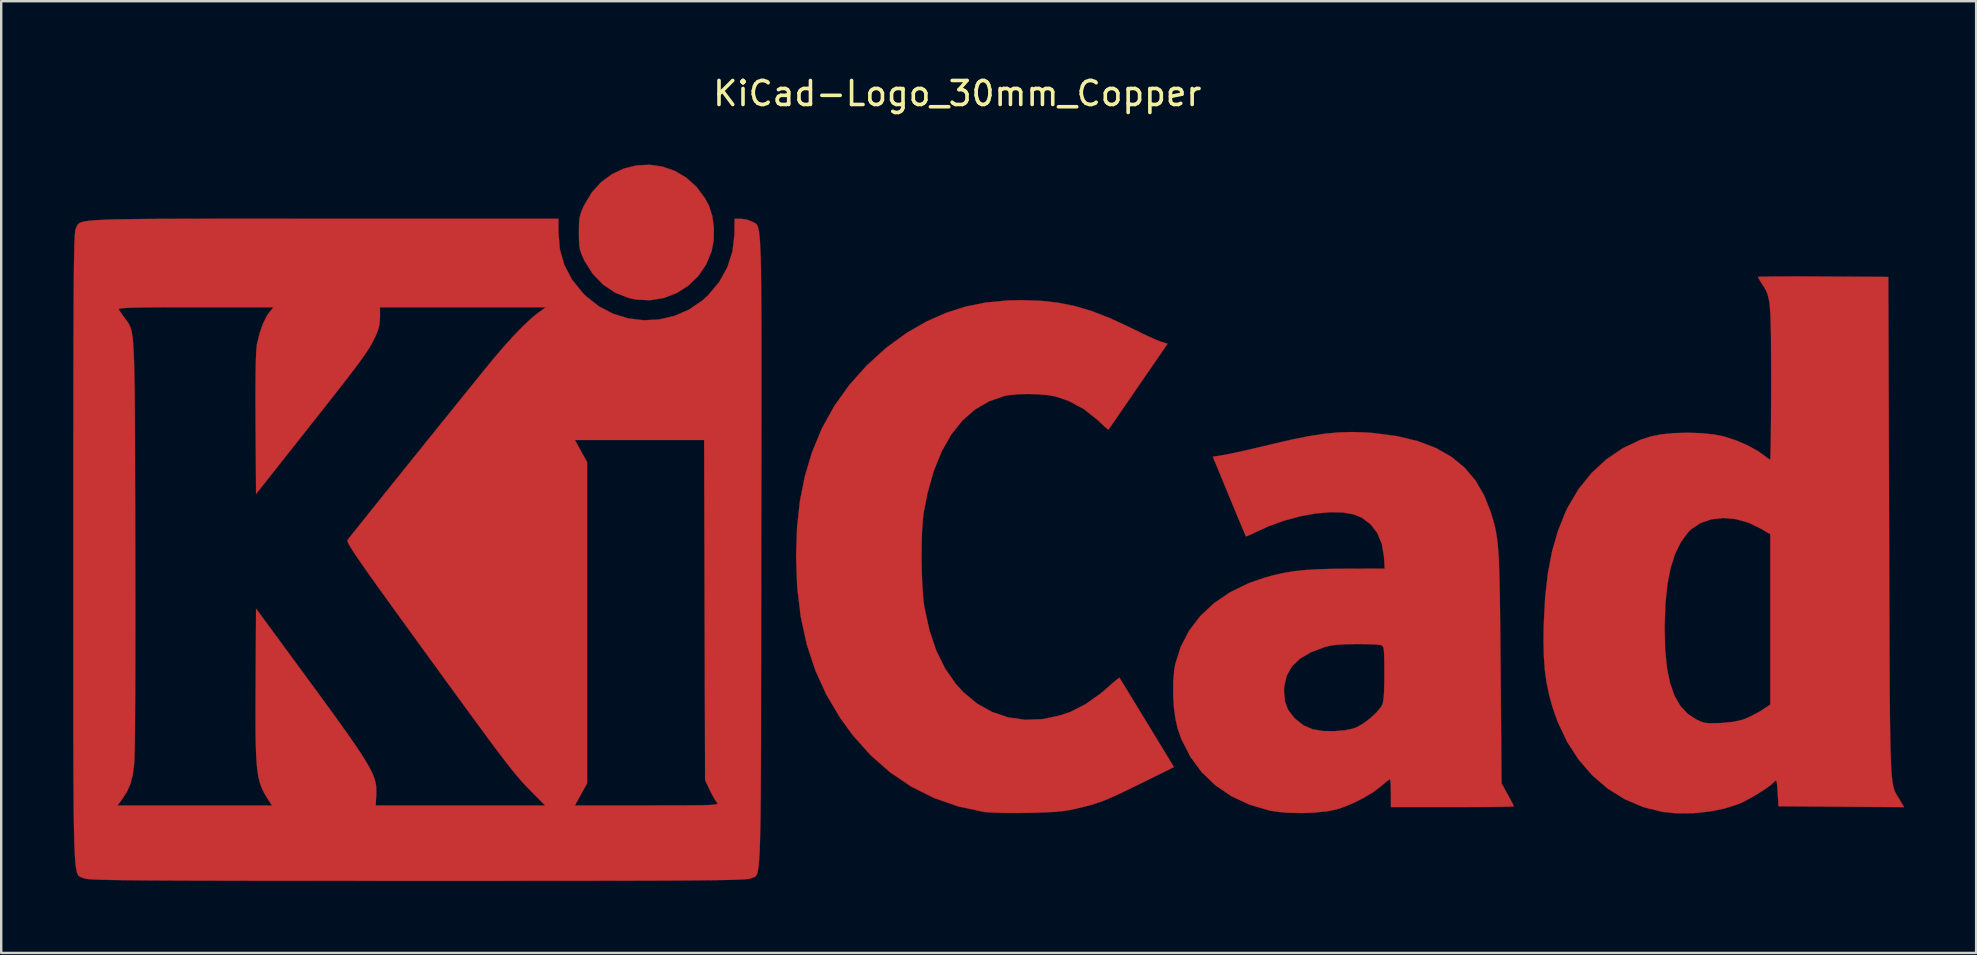
<source format=kicad_pcb>
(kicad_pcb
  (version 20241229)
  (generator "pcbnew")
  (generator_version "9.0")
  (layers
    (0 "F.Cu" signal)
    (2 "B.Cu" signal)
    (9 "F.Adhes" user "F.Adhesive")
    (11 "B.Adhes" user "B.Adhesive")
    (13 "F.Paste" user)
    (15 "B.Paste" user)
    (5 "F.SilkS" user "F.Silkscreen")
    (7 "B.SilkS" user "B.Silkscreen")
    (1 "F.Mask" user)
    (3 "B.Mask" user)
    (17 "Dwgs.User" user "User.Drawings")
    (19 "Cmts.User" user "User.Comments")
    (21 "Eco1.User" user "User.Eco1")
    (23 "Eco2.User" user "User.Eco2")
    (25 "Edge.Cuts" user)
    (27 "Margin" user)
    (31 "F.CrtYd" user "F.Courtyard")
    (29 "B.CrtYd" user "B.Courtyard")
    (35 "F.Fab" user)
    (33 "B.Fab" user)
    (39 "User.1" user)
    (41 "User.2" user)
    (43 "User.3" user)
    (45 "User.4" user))
  (footprint "KiCad-Logo_30mm_Copper"
    (layer "F.Cu")
    (at 38.106 18.628)
    (property "Reference" "KiCad-Logo_30mm_Copper" (at -1.27 -17.78 0) (layer "F.SilkS") (effects (font (size 1 1) (thickness 0.15))))
    (attr exclude_from_pos_files exclude_from_bom allow_missing_courtyard)
    (fp_poly (pts (xy -13.557 -14.738) (xy -13.044 -14.56) (xy -12.567 -14.28) (xy -12.141 -13.898) (xy -11.781 -13.415) (xy -11.619 -13.11) (xy -11.48 -12.683) (xy -11.412 -12.191) (xy -11.419 -11.684) (xy -11.503 -11.226) (xy -11.73 -10.665) (xy -12.061 -10.179) (xy -12.477 -9.777) (xy -12.961 -9.468) (xy -13.499 -9.262) (xy -14.071 -9.168) (xy -14.662 -9.197) (xy -14.953 -9.259) (xy -15.521 -9.48) (xy -16.025 -9.817) (xy -16.454 -10.26) (xy -16.795 -10.798) (xy -16.823 -10.856) (xy -16.923 -11.077) (xy -16.986 -11.263) (xy -17.02 -11.459) (xy -17.033 -11.71) (xy -17.036 -11.983) (xy -17.032 -12.311) (xy -17.015 -12.549) (xy -16.976 -12.741) (xy -16.906 -12.933) (xy -16.82 -13.122) (xy -16.498 -13.66) (xy -16.103 -14.095) (xy -15.648 -14.428) (xy -15.151 -14.659) (xy -14.626 -14.787) (xy -14.09 -14.814) (xy -13.557 -14.738)) (stroke (width 0.01) (type solid)) (fill yes) (layer "F.Cu"))
    (fp_poly (pts (xy 2.188 -9.148) (xy 2.924 -9.067) (xy 3.638 -8.923) (xy 4.357 -8.708) (xy 5.111 -8.414) (xy 5.93 -8.033) (xy 6.078 -7.959) (xy 6.416 -7.793) (xy 6.735 -7.643) (xy 7.003 -7.524) (xy 7.189 -7.45) (xy 7.218 -7.44) (xy 7.492 -7.358) (xy 6.265 -5.574) (xy 5.966 -5.138) (xy 5.691 -4.739) (xy 5.452 -4.392) (xy 5.257 -4.11) (xy 5.116 -3.905) (xy 5.038 -3.793) (xy 5.026 -3.775) (xy 4.974 -3.812) (xy 4.847 -3.924) (xy 4.668 -4.091) (xy 4.569 -4.185) (xy 4.007 -4.631) (xy 3.377 -4.97) (xy 2.834 -5.156) (xy 2.508 -5.215) (xy 2.099 -5.25) (xy 1.657 -5.262) (xy 1.228 -5.25) (xy 0.861 -5.213) (xy 0.715 -5.185) (xy 0.055 -4.958) (xy -0.539 -4.612) (xy -1.068 -4.146) (xy -1.53 -3.563) (xy -1.927 -2.861) (xy -2.256 -2.043) (xy -2.517 -1.108) (xy -2.673 -0.307) (xy -2.713 0.046) (xy -2.741 0.503) (xy -2.756 1.029) (xy -2.759 1.594) (xy -2.749 2.163) (xy -2.728 2.703) (xy -2.695 3.184) (xy -2.65 3.57) (xy -2.641 3.629) (xy -2.429 4.59) (xy -2.141 5.439) (xy -1.775 6.183) (xy -1.328 6.823) (xy -1.011 7.169) (xy -0.441 7.64) (xy 0.184 7.988) (xy 0.853 8.213) (xy 1.557 8.312) (xy 2.284 8.285) (xy 3.023 8.128) (xy 3.461 7.974) (xy 4.066 7.666) (xy 4.69 7.225) (xy 5.04 6.926) (xy 5.236 6.753) (xy 5.39 6.626) (xy 5.478 6.565) (xy 5.489 6.563) (xy 5.528 6.626) (xy 5.629 6.791) (xy 5.784 7.044) (xy 5.985 7.372) (xy 6.221 7.76) (xy 6.485 8.193) (xy 6.633 8.435) (xy 7.756 10.281) (xy 6.353 10.974) (xy 5.846 11.223) (xy 5.435 11.419) (xy 5.095 11.573) (xy 4.802 11.693) (xy 4.529 11.79) (xy 4.252 11.873) (xy 3.946 11.953) (xy 3.653 12.022) (xy 3.392 12.076) (xy 3.12 12.117) (xy 2.808 12.147) (xy 2.429 12.168) (xy 1.957 12.183) (xy 1.639 12.189) (xy 1.185 12.194) (xy 0.749 12.192) (xy 0.361 12.183) (xy 0.049 12.17) (xy -0.157 12.152) (xy -0.169 12.15) (xy -1.242 11.918) (xy -2.249 11.566) (xy -3.19 11.095) (xy -4.066 10.504) (xy -4.875 9.794) (xy -5.617 8.965) (xy -6.154 8.228) (xy -6.726 7.263) (xy -7.189 6.245) (xy -7.544 5.164) (xy -7.794 4.013) (xy -7.941 2.783) (xy -7.987 1.534) (xy -7.949 0.327) (xy -7.83 -0.788) (xy -7.625 -1.828) (xy -7.33 -2.812) (xy -6.943 -3.759) (xy -6.897 -3.857) (xy -6.387 -4.774) (xy -5.761 -5.647) (xy -5.037 -6.457) (xy -4.232 -7.187) (xy -3.364 -7.818) (xy -2.555 -8.281) (xy -1.738 -8.643) (xy -0.919 -8.906) (xy -0.066 -9.076) (xy 0.851 -9.16) (xy 1.4 -9.173) (xy 2.188 -9.148)) (stroke (width 0.01) (type solid)) (fill yes) (layer "F.Cu"))
    (fp_poly (pts (xy 34.027 -10.161) (xy 34.608 -10.159) (xy 34.806 -10.157) (xy 37.52 -10.14) (xy 37.554 0.273) (xy 37.558 1.685) (xy 37.562 2.967) (xy 37.566 4.126) (xy 37.57 5.168) (xy 37.574 6.1) (xy 37.578 6.929) (xy 37.584 7.661) (xy 37.59 8.303) (xy 37.598 8.861) (xy 37.607 9.342) (xy 37.618 9.753) (xy 37.631 10.101) (xy 37.646 10.392) (xy 37.664 10.632) (xy 37.685 10.828) (xy 37.709 10.988) (xy 37.736 11.117) (xy 37.766 11.222) (xy 37.801 11.31) (xy 37.84 11.388) (xy 37.883 11.462) (xy 37.931 11.538) (xy 37.983 11.624) (xy 37.994 11.642) (xy 38.175 11.951) (xy 35.56 11.933) (xy 32.945 11.915) (xy 32.911 11.34) (xy 32.892 11.065) (xy 32.873 10.905) (xy 32.847 10.842) (xy 32.807 10.855) (xy 32.774 10.891) (xy 32.63 11.024) (xy 32.396 11.195) (xy 32.105 11.383) (xy 31.788 11.568) (xy 31.481 11.73) (xy 31.244 11.836) (xy 30.691 12.011) (xy 30.056 12.136) (xy 29.386 12.204) (xy 28.728 12.211) (xy 28.129 12.154) (xy 28.12 12.152) (xy 27.301 11.947) (xy 26.534 11.619) (xy 25.827 11.177) (xy 25.187 10.627) (xy 24.622 9.976) (xy 24.139 9.231) (xy 23.745 8.4) (xy 23.53 7.784) (xy 23.388 7.269) (xy 23.284 6.77) (xy 23.212 6.257) (xy 23.171 5.699) (xy 23.156 5.068) (xy 23.162 4.552) (xy 28.201 4.552) (xy 28.225 5.417) (xy 28.3 6.161) (xy 28.429 6.791) (xy 28.614 7.314) (xy 28.857 7.735) (xy 29.161 8.062) (xy 29.511 8.293) (xy 29.694 8.38) (xy 29.852 8.432) (xy 30.029 8.455) (xy 30.266 8.457) (xy 30.521 8.448) (xy 31.023 8.404) (xy 31.42 8.317) (xy 31.545 8.274) (xy 31.83 8.145) (xy 32.131 7.984) (xy 32.262 7.903) (xy 32.603 7.68) (xy 32.603 0.582) (xy 32.228 0.357) (xy 31.704 0.102) (xy 31.169 -0.048) (xy 30.642 -0.096) (xy 30.143 -0.041) (xy 29.691 0.115) (xy 29.307 0.372) (xy 29.182 0.495) (xy 28.883 0.898) (xy 28.641 1.386) (xy 28.454 1.968) (xy 28.319 2.651) (xy 28.236 3.444) (xy 28.202 4.355) (xy 28.201 4.552) (xy 23.162 4.552) (xy 23.165 4.337) (xy 23.223 3.213) (xy 23.338 2.199) (xy 23.515 1.281) (xy 23.757 0.443) (xy 24.065 -0.329) (xy 24.175 -0.558) (xy 24.619 -1.304) (xy 25.155 -1.967) (xy 25.771 -2.537) (xy 26.454 -3.002) (xy 27.191 -3.352) (xy 27.634 -3.496) (xy 28.068 -3.581) (xy 28.591 -3.632) (xy 29.158 -3.649) (xy 29.725 -3.63) (xy 30.25 -3.577) (xy 30.671 -3.494) (xy 31.172 -3.331) (xy 31.658 -3.122) (xy 32.083 -2.887) (xy 32.309 -2.727) (xy 32.465 -2.609) (xy 32.575 -2.537) (xy 32.599 -2.526) (xy 32.607 -2.592) (xy 32.614 -2.782) (xy 32.621 -3.081) (xy 32.627 -3.476) (xy 32.631 -3.955) (xy 32.635 -4.504) (xy 32.637 -5.108) (xy 32.638 -5.725) (xy 32.637 -6.514) (xy 32.635 -7.179) (xy 32.631 -7.733) (xy 32.622 -8.189) (xy 32.609 -8.559) (xy 32.589 -8.857) (xy 32.562 -9.094) (xy 32.526 -9.283) (xy 32.481 -9.438) (xy 32.426 -9.571) (xy 32.358 -9.695) (xy 32.277 -9.822) (xy 32.267 -9.837) (xy 32.163 -10.002) (xy 32.1 -10.115) (xy 32.091 -10.139) (xy 32.157 -10.146) (xy 32.345 -10.152) (xy 32.641 -10.157) (xy 33.029 -10.16) (xy 33.496 -10.161) (xy 34.027 -10.161)) (stroke (width 0.01) (type solid)) (fill yes) (layer "F.Cu"))
    (fp_poly (pts (xy 15.752 -3.659) (xy 16.091 -3.633) (xy 17.059 -3.505) (xy 17.916 -3.299) (xy 18.666 -3.014) (xy 19.315 -2.647) (xy 19.865 -2.195) (xy 20.321 -1.655) (xy 20.687 -1.024) (xy 20.954 -0.341) (xy 21.022 -0.124) (xy 21.081 0.08) (xy 21.132 0.281) (xy 21.176 0.49) (xy 21.213 0.719) (xy 21.244 0.977) (xy 21.27 1.277) (xy 21.291 1.628) (xy 21.308 2.042) (xy 21.322 2.531) (xy 21.334 3.104) (xy 21.343 3.774) (xy 21.352 4.55) (xy 21.36 5.444) (xy 21.366 6.145) (xy 21.406 10.959) (xy 21.662 11.422) (xy 21.783 11.645) (xy 21.873 11.819) (xy 21.916 11.911) (xy 21.918 11.917) (xy 21.852 11.924) (xy 21.665 11.931) (xy 21.37 11.937) (xy 20.985 11.942) (xy 20.522 11.945) (xy 19.997 11.948) (xy 19.425 11.949) (xy 19.357 11.949) (xy 16.797 11.949) (xy 16.797 11.369) (xy 16.792 11.106) (xy 16.781 10.906) (xy 16.764 10.798) (xy 16.757 10.788) (xy 16.689 10.83) (xy 16.549 10.939) (xy 16.368 11.093) (xy 16.364 11.097) (xy 16.033 11.343) (xy 15.615 11.59) (xy 15.158 11.814) (xy 14.708 11.991) (xy 14.509 12.051) (xy 14.115 12.128) (xy 13.631 12.177) (xy 13.102 12.197) (xy 12.572 12.188) (xy 12.085 12.15) (xy 11.744 12.095) (xy 10.909 11.849) (xy 10.157 11.5) (xy 9.493 11.05) (xy 8.922 10.505) (xy 8.449 9.868) (xy 8.079 9.145) (xy 7.92 8.706) (xy 7.82 8.279) (xy 7.753 7.767) (xy 7.723 7.216) (xy 7.724 7.136) (xy 12.342 7.136) (xy 12.38 7.545) (xy 12.507 7.885) (xy 12.743 8.201) (xy 12.834 8.293) (xy 13.155 8.543) (xy 13.527 8.703) (xy 13.973 8.781) (xy 14.442 8.786) (xy 14.887 8.749) (xy 15.228 8.675) (xy 15.376 8.62) (xy 15.642 8.469) (xy 15.925 8.256) (xy 16.183 8.018) (xy 16.375 7.789) (xy 16.426 7.705) (xy 16.466 7.588) (xy 16.494 7.401) (xy 16.513 7.126) (xy 16.522 6.747) (xy 16.524 6.385) (xy 16.522 5.964) (xy 16.517 5.659) (xy 16.506 5.452) (xy 16.487 5.321) (xy 16.458 5.247) (xy 16.417 5.21) (xy 16.404 5.204) (xy 16.294 5.186) (xy 16.077 5.171) (xy 15.781 5.161) (xy 15.438 5.157) (xy 15.363 5.157) (xy 14.903 5.164) (xy 14.549 5.186) (xy 14.266 5.225) (xy 14.034 5.283) (xy 13.456 5.501) (xy 13.002 5.77) (xy 12.67 6.093) (xy 12.455 6.475) (xy 12.352 6.92) (xy 12.342 7.136) (xy 7.724 7.136) (xy 7.729 6.675) (xy 7.776 6.189) (xy 7.812 5.993) (xy 8.042 5.265) (xy 8.392 4.595) (xy 8.855 3.99) (xy 9.424 3.456) (xy 10.094 2.999) (xy 10.857 2.626) (xy 11.505 2.399) (xy 11.939 2.28) (xy 12.353 2.188) (xy 12.776 2.119) (xy 13.233 2.071) (xy 13.752 2.04) (xy 14.36 2.023) (xy 14.91 2.019) (xy 16.539 2.014) (xy 16.508 1.524) (xy 16.419 0.993) (xy 16.231 0.536) (xy 15.95 0.166) (xy 15.586 -0.108) (xy 15.265 -0.241) (xy 14.806 -0.325) (xy 14.258 -0.337) (xy 13.65 -0.282) (xy 13.004 -0.163) (xy 12.348 0.014) (xy 11.708 0.245) (xy 11.242 0.457) (xy 11.018 0.566) (xy 10.847 0.641) (xy 10.76 0.671) (xy 10.756 0.67) (xy 10.726 0.604) (xy 10.651 0.428) (xy 10.538 0.16) (xy 10.394 -0.185) (xy 10.227 -0.588) (xy 10.057 -0.999) (xy 9.377 -2.647) (xy 9.861 -2.726) (xy 10.07 -2.766) (xy 10.385 -2.833) (xy 10.779 -2.921) (xy 11.224 -3.024) (xy 11.694 -3.135) (xy 11.881 -3.181) (xy 12.69 -3.368) (xy 13.398 -3.509) (xy 14.032 -3.606) (xy 14.618 -3.661) (xy 15.183 -3.678) (xy 15.752 -3.659)) (stroke (width 0.01) (type solid)) (fill yes) (layer "F.Cu"))
    (fp_poly (pts (xy -29.619 -12.564) (xy -28.303 -12.563) (xy -27.691 -12.563) (xy -17.889 -12.563) (xy -17.889 -11.986) (xy -17.828 -11.283) (xy -17.641 -10.634) (xy -17.329 -10.036) (xy -16.889 -9.486) (xy -16.74 -9.337) (xy -16.205 -8.915) (xy -15.614 -8.607) (xy -14.986 -8.414) (xy -14.338 -8.334) (xy -13.688 -8.368) (xy -13.053 -8.516) (xy -12.451 -8.777) (xy -11.899 -9.152) (xy -11.651 -9.377) (xy -11.189 -9.932) (xy -10.851 -10.541) (xy -10.638 -11.198) (xy -10.555 -11.897) (xy -10.554 -11.966) (xy -10.549 -12.563) (xy -10.287 -12.563) (xy -10.054 -12.532) (xy -9.841 -12.455) (xy -9.827 -12.447) (xy -9.779 -12.422) (xy -9.735 -12.403) (xy -9.694 -12.383) (xy -9.658 -12.358) (xy -9.624 -12.321) (xy -9.594 -12.267) (xy -9.567 -12.19) (xy -9.543 -12.085) (xy -9.522 -11.946) (xy -9.504 -11.767) (xy -9.488 -11.543) (xy -9.474 -11.267) (xy -9.463 -10.935) (xy -9.453 -10.541) (xy -9.446 -10.078) (xy -9.44 -9.542) (xy -9.435 -8.927) (xy -9.432 -8.226) (xy -9.431 -7.435) (xy -9.43 -6.548) (xy -9.43 -5.558) (xy -9.431 -4.461) (xy -9.432 -3.251) (xy -9.434 -1.922) (xy -9.436 -0.468) (xy -9.439 1.116) (xy -9.439 1.309) (xy -9.441 2.903) (xy -9.443 4.366) (xy -9.444 5.704) (xy -9.446 6.923) (xy -9.448 8.027) (xy -9.45 9.023) (xy -9.453 9.917) (xy -9.457 10.714) (xy -9.461 11.419) (xy -9.467 12.038) (xy -9.474 12.578) (xy -9.483 13.043) (xy -9.493 13.44) (xy -9.505 13.773) (xy -9.52 14.049) (xy -9.536 14.273) (xy -9.555 14.451) (xy -9.577 14.589) (xy -9.601 14.692) (xy -9.628 14.766) (xy -9.659 14.816) (xy -9.692 14.849) (xy -9.73 14.869) (xy -9.771 14.883) (xy -9.815 14.896) (xy -9.864 14.914) (xy -9.876 14.919) (xy -9.914 14.931) (xy -9.976 14.942) (xy -10.07 14.953) (xy -10.2 14.962) (xy -10.371 14.97) (xy -10.59 14.978) (xy -10.861 14.985) (xy -11.19 14.991) (xy -11.584 14.996) (xy -12.046 15.001) (xy -12.582 15.005) (xy -13.199 15.009) (xy -13.902 15.012) (xy -14.695 15.014) (xy -15.585 15.016) (xy -16.577 15.017) (xy -17.676 15.019) (xy -18.889 15.019) (xy -20.22 15.02) (xy -21.674 15.02) (xy -23.258 15.02) (xy -23.772 15.02) (xy -25.391 15.02) (xy -26.879 15.019) (xy -28.242 15.019) (xy -29.485 15.018) (xy -30.613 15.017) (xy -31.633 15.015) (xy -32.549 15.013) (xy -33.368 15.011) (xy -34.094 15.008) (xy -34.734 15.005) (xy -35.293 15.001) (xy -35.776 14.996) (xy -36.189 14.991) (xy -36.538 14.986) (xy -36.828 14.979) (xy -37.064 14.972) (xy -37.253 14.964) (xy -37.399 14.955) (xy -37.508 14.945) (xy -37.587 14.934) (xy -37.64 14.922) (xy -37.668 14.911) (xy -37.72 14.89) (xy -37.766 14.874) (xy -37.809 14.858) (xy -37.849 14.836) (xy -37.884 14.804) (xy -37.916 14.754) (xy -37.945 14.682) (xy -37.97 14.581) (xy -37.993 14.447) (xy -38.013 14.273) (xy -38.03 14.054) (xy -38.045 13.784) (xy -38.058 13.458) (xy -38.068 13.069) (xy -38.077 12.613) (xy -38.084 12.084) (xy -38.086 11.881) (xy -36.263 11.881) (xy -29.822 11.881) (xy -29.946 11.693) (xy -30.07 11.5) (xy -30.174 11.316) (xy -30.261 11.129) (xy -30.332 10.925) (xy -30.389 10.692) (xy -30.433 10.416) (xy -30.465 10.086) (xy -30.487 9.687) (xy -30.501 9.208) (xy -30.508 8.635) (xy -30.509 7.955) (xy -30.506 7.156) (xy -30.505 6.86) (xy -30.487 3.68) (xy -28.473 6.423) (xy -27.902 7.2) (xy -27.408 7.878) (xy -26.984 8.464) (xy -26.626 8.967) (xy -26.329 9.397) (xy -26.086 9.762) (xy -25.893 10.071) (xy -25.744 10.334) (xy -25.633 10.559) (xy -25.557 10.755) (xy -25.508 10.931) (xy -25.483 11.097) (xy -25.475 11.261) (xy -25.479 11.432) (xy -25.48 11.453) (xy -25.502 11.881) (xy -21.973 11.881) (xy -18.444 11.881) (xy -18.969 11.351) (xy -19.111 11.206) (xy -19.246 11.066) (xy -19.38 10.921) (xy -19.519 10.764) (xy -19.667 10.589) (xy -19.833 10.386) (xy -20.02 10.148) (xy -20.236 9.867) (xy -20.486 9.536) (xy -20.776 9.147) (xy -21.112 8.691) (xy -21.501 8.162) (xy -21.947 7.551) (xy -22.457 6.851) (xy -23.037 6.054) (xy -23.512 5.4) (xy -24.108 4.578) (xy -24.629 3.86) (xy -25.078 3.238) (xy -25.46 2.706) (xy -25.78 2.256) (xy -26.043 1.882) (xy -26.253 1.578) (xy -26.416 1.336) (xy -26.535 1.149) (xy -26.616 1.011) (xy -26.663 0.915) (xy -26.682 0.854) (xy -26.676 0.822) (xy -26.61 0.736) (xy -26.466 0.555) (xy -26.254 0.29) (xy -25.982 -0.05) (xy -25.66 -0.453) (xy -25.294 -0.908) (xy -24.895 -1.405) (xy -24.47 -1.933) (xy -24.029 -2.482) (xy -23.58 -3.039) (xy -23.334 -3.346) (xy -17.204 -3.346) (xy -16.949 -2.885) (xy -16.694 -2.424) (xy -16.694 10.959) (xy -16.949 11.42) (xy -17.204 11.881) (xy -14.19 11.881) (xy -13.471 11.88) (xy -12.877 11.879) (xy -12.396 11.877) (xy -12.018 11.873) (xy -11.731 11.868) (xy -11.524 11.859) (xy -11.385 11.847) (xy -11.304 11.832) (xy -11.267 11.812) (xy -11.265 11.788) (xy -11.286 11.76) (xy -11.286 11.759) (xy -11.373 11.635) (xy -11.487 11.432) (xy -11.587 11.23) (xy -11.778 10.822) (xy -11.798 3.738) (xy -11.817 -3.346) (xy -17.204 -3.346) (xy -23.334 -3.346) (xy -23.132 -3.595) (xy -22.694 -4.14) (xy -22.273 -4.661) (xy -21.88 -5.149) (xy -21.521 -5.592) (xy -21.207 -5.98) (xy -20.946 -6.302) (xy -20.746 -6.548) (xy -20.628 -6.691) (xy -20.172 -7.227) (xy -19.734 -7.71) (xy -19.328 -8.126) (xy -18.97 -8.457) (xy -18.715 -8.66) (xy -18.415 -8.876) (xy -25.325 -8.876) (xy -25.323 -8.471) (xy -25.342 -8.173) (xy -25.415 -7.896) (xy -25.527 -7.634) (xy -25.6 -7.486) (xy -25.679 -7.34) (xy -25.77 -7.185) (xy -25.881 -7.012) (xy -26.019 -6.811) (xy -26.191 -6.572) (xy -26.405 -6.286) (xy -26.667 -5.943) (xy -26.985 -5.533) (xy -27.366 -5.047) (xy -27.817 -4.475) (xy -28.345 -3.806) (xy -28.404 -3.731) (xy -30.487 -1.097) (xy -30.507 -4.014) (xy -30.511 -4.887) (xy -30.51 -5.627) (xy -30.504 -6.235) (xy -30.494 -6.714) (xy -30.478 -7.066) (xy -30.457 -7.294) (xy -30.45 -7.337) (xy -30.339 -7.792) (xy -30.194 -8.203) (xy -30.029 -8.533) (xy -29.929 -8.673) (xy -29.758 -8.876) (xy -33.011 -8.876) (xy -33.787 -8.876) (xy -34.436 -8.874) (xy -34.968 -8.87) (xy -35.391 -8.864) (xy -35.715 -8.856) (xy -35.95 -8.845) (xy -36.106 -8.831) (xy -36.191 -8.815) (xy -36.215 -8.795) (xy -36.213 -8.791) (xy -36.144 -8.687) (xy -36.029 -8.522) (xy -35.969 -8.438) (xy -35.908 -8.355) (xy -35.852 -8.281) (xy -35.803 -8.208) (xy -35.759 -8.129) (xy -35.72 -8.037) (xy -35.686 -7.924) (xy -35.657 -7.784) (xy -35.632 -7.608) (xy -35.61 -7.39) (xy -35.592 -7.122) (xy -35.577 -6.797) (xy -35.565 -6.408) (xy -35.555 -5.947) (xy -35.547 -5.406) (xy -35.541 -4.779) (xy -35.536 -4.058) (xy -35.533 -3.236) (xy -35.53 -2.306) (xy -35.527 -1.26) (xy -35.524 -0.091) (xy -35.521 0.983) (xy -35.519 2.181) (xy -35.517 3.323) (xy -35.517 4.404) (xy -35.518 5.414) (xy -35.52 6.348) (xy -35.524 7.198) (xy -35.528 7.956) (xy -35.533 8.615) (xy -35.539 9.169) (xy -35.546 9.609) (xy -35.554 9.928) (xy -35.563 10.12) (xy -35.564 10.14) (xy -35.625 10.604) (xy -35.719 10.977) (xy -35.863 11.302) (xy -36.071 11.624) (xy -36.097 11.659) (xy -36.263 11.881) (xy -38.086 11.881) (xy -38.089 11.475) (xy -38.094 10.782) (xy -38.097 9.999) (xy -38.099 9.119) (xy -38.1 8.138) (xy -38.1 7.05) (xy -38.101 5.848) (xy -38.1 4.529) (xy -38.1 3.085) (xy -38.1 1.511) (xy -38.1 1.198) (xy -38.1 -0.392) (xy -38.1 -1.852) (xy -38.099 -3.186) (xy -38.098 -4.4) (xy -38.097 -5.5) (xy -38.095 -6.492) (xy -38.094 -7.381) (xy -38.091 -8.172) (xy -38.088 -8.872) (xy -38.085 -9.486) (xy -38.08 -10.019) (xy -38.076 -10.477) (xy -38.07 -10.866) (xy -38.064 -11.191) (xy -38.057 -11.458) (xy -38.049 -11.673) (xy -38.041 -11.841) (xy -38.031 -11.967) (xy -38.021 -12.058) (xy -38.009 -12.119) (xy -37.997 -12.155) (xy -37.996 -12.156) (xy -37.971 -12.211) (xy -37.949 -12.262) (xy -37.926 -12.307) (xy -37.893 -12.347) (xy -37.845 -12.383) (xy -37.775 -12.415) (xy -37.677 -12.443) (xy -37.543 -12.467) (xy -37.368 -12.488) (xy -37.144 -12.505) (xy -36.866 -12.52) (xy -36.526 -12.532) (xy -36.118 -12.541) (xy -35.635 -12.549) (xy -35.072 -12.555) (xy -34.421 -12.559) (xy -33.675 -12.561) (xy -32.829 -12.563) (xy -31.875 -12.564) (xy -30.807 -12.564) (xy -29.619 -12.564)) (stroke (width 0.01) (type solid)) (fill yes) (layer "F.Cu")))
  (gr_rect
    (start -3 -3)
    (end 79.286 36.653)
    (stroke (width 0.1) (type default))
    (fill no)
    (layer "Edge.Cuts")))
</source>
